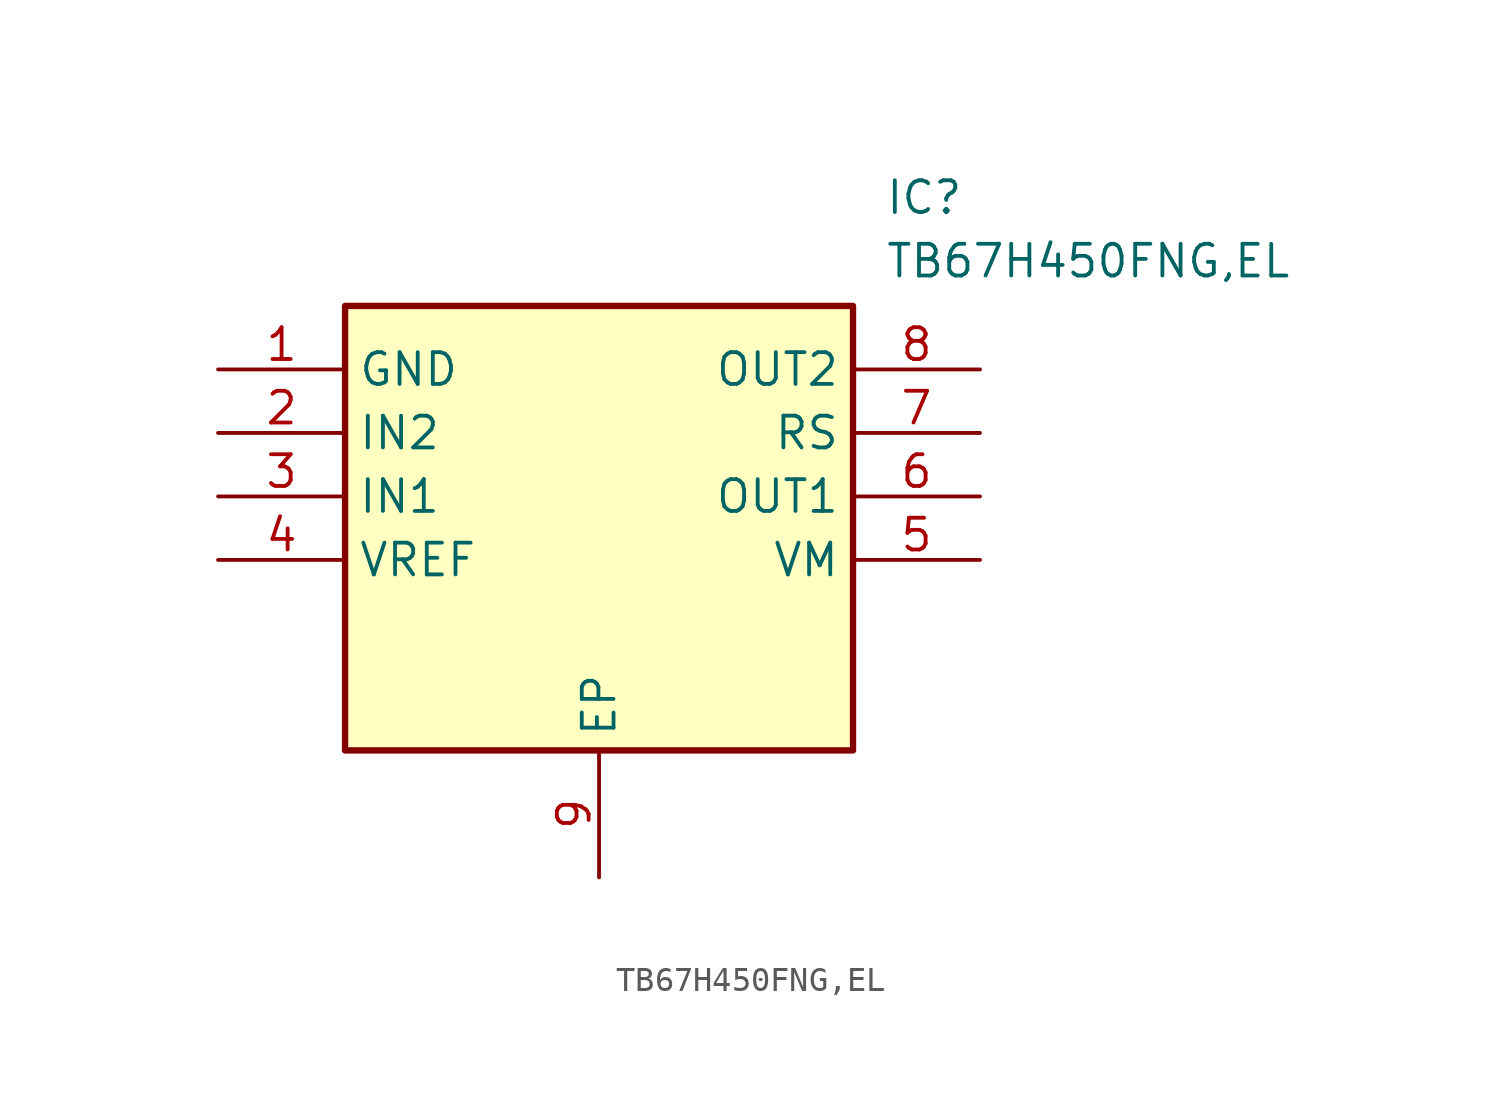
<source format=kicad_sym>
(kicad_symbol_lib
  (version 20211014)
  (generator SamacSys_ECAD_Model)
  (symbol "TB67H450FNG,EL"
    (property "Reference" "IC"
      (at 26.67 7.62 0)
      (effects (font (size 1.27 1.27)) (justify left top)))
    (property "Value" "TB67H450FNG,EL"
      (at 26.67 5.08 0)
      (effects (font (size 1.27 1.27)) (justify left top)))
    (rectangle
      (start 5.08 2.54)
      (end 25.4 -15.24)
      (stroke (width 0.254) (type default))
      (fill (type background)))
    (pin passive line
      (at 0 0 0)
      (length 5.08)
      (name "GND" (effects (font (size 1.27 1.27))))
      (number "1" (effects (font (size 1.27 1.27)))))
    (pin passive line
      (at 0 -2.54 0)
      (length 5.08)
      (name "IN2" (effects (font (size 1.27 1.27))))
      (number "2" (effects (font (size 1.27 1.27)))))
    (pin passive line
      (at 0 -5.08 0)
      (length 5.08)
      (name "IN1" (effects (font (size 1.27 1.27))))
      (number "3" (effects (font (size 1.27 1.27)))))
    (pin passive line
      (at 0 -7.62 0)
      (length 5.08)
      (name "VREF" (effects (font (size 1.27 1.27))))
      (number "4" (effects (font (size 1.27 1.27)))))
    (pin passive line
      (at 15.24 -20.32 90)
      (length 5.08)
      (name "EP" (effects (font (size 1.27 1.27))))
      (number "9" (effects (font (size 1.27 1.27)))))
    (pin passive line
      (at 30.48 0 180)
      (length 5.08)
      (name "OUT2" (effects (font (size 1.27 1.27))))
      (number "8" (effects (font (size 1.27 1.27)))))
    (pin passive line
      (at 30.48 -2.54 180)
      (length 5.08)
      (name "RS" (effects (font (size 1.27 1.27))))
      (number "7" (effects (font (size 1.27 1.27)))))
    (pin passive line
      (at 30.48 -5.08 180)
      (length 5.08)
      (name "OUT1" (effects (font (size 1.27 1.27))))
      (number "6" (effects (font (size 1.27 1.27)))))
    (pin passive line
      (at 30.48 -7.62 180)
      (length 5.08)
      (name "VM" (effects (font (size 1.27 1.27))))
      (number "5" (effects (font (size 1.27 1.27)))))))
</source>
